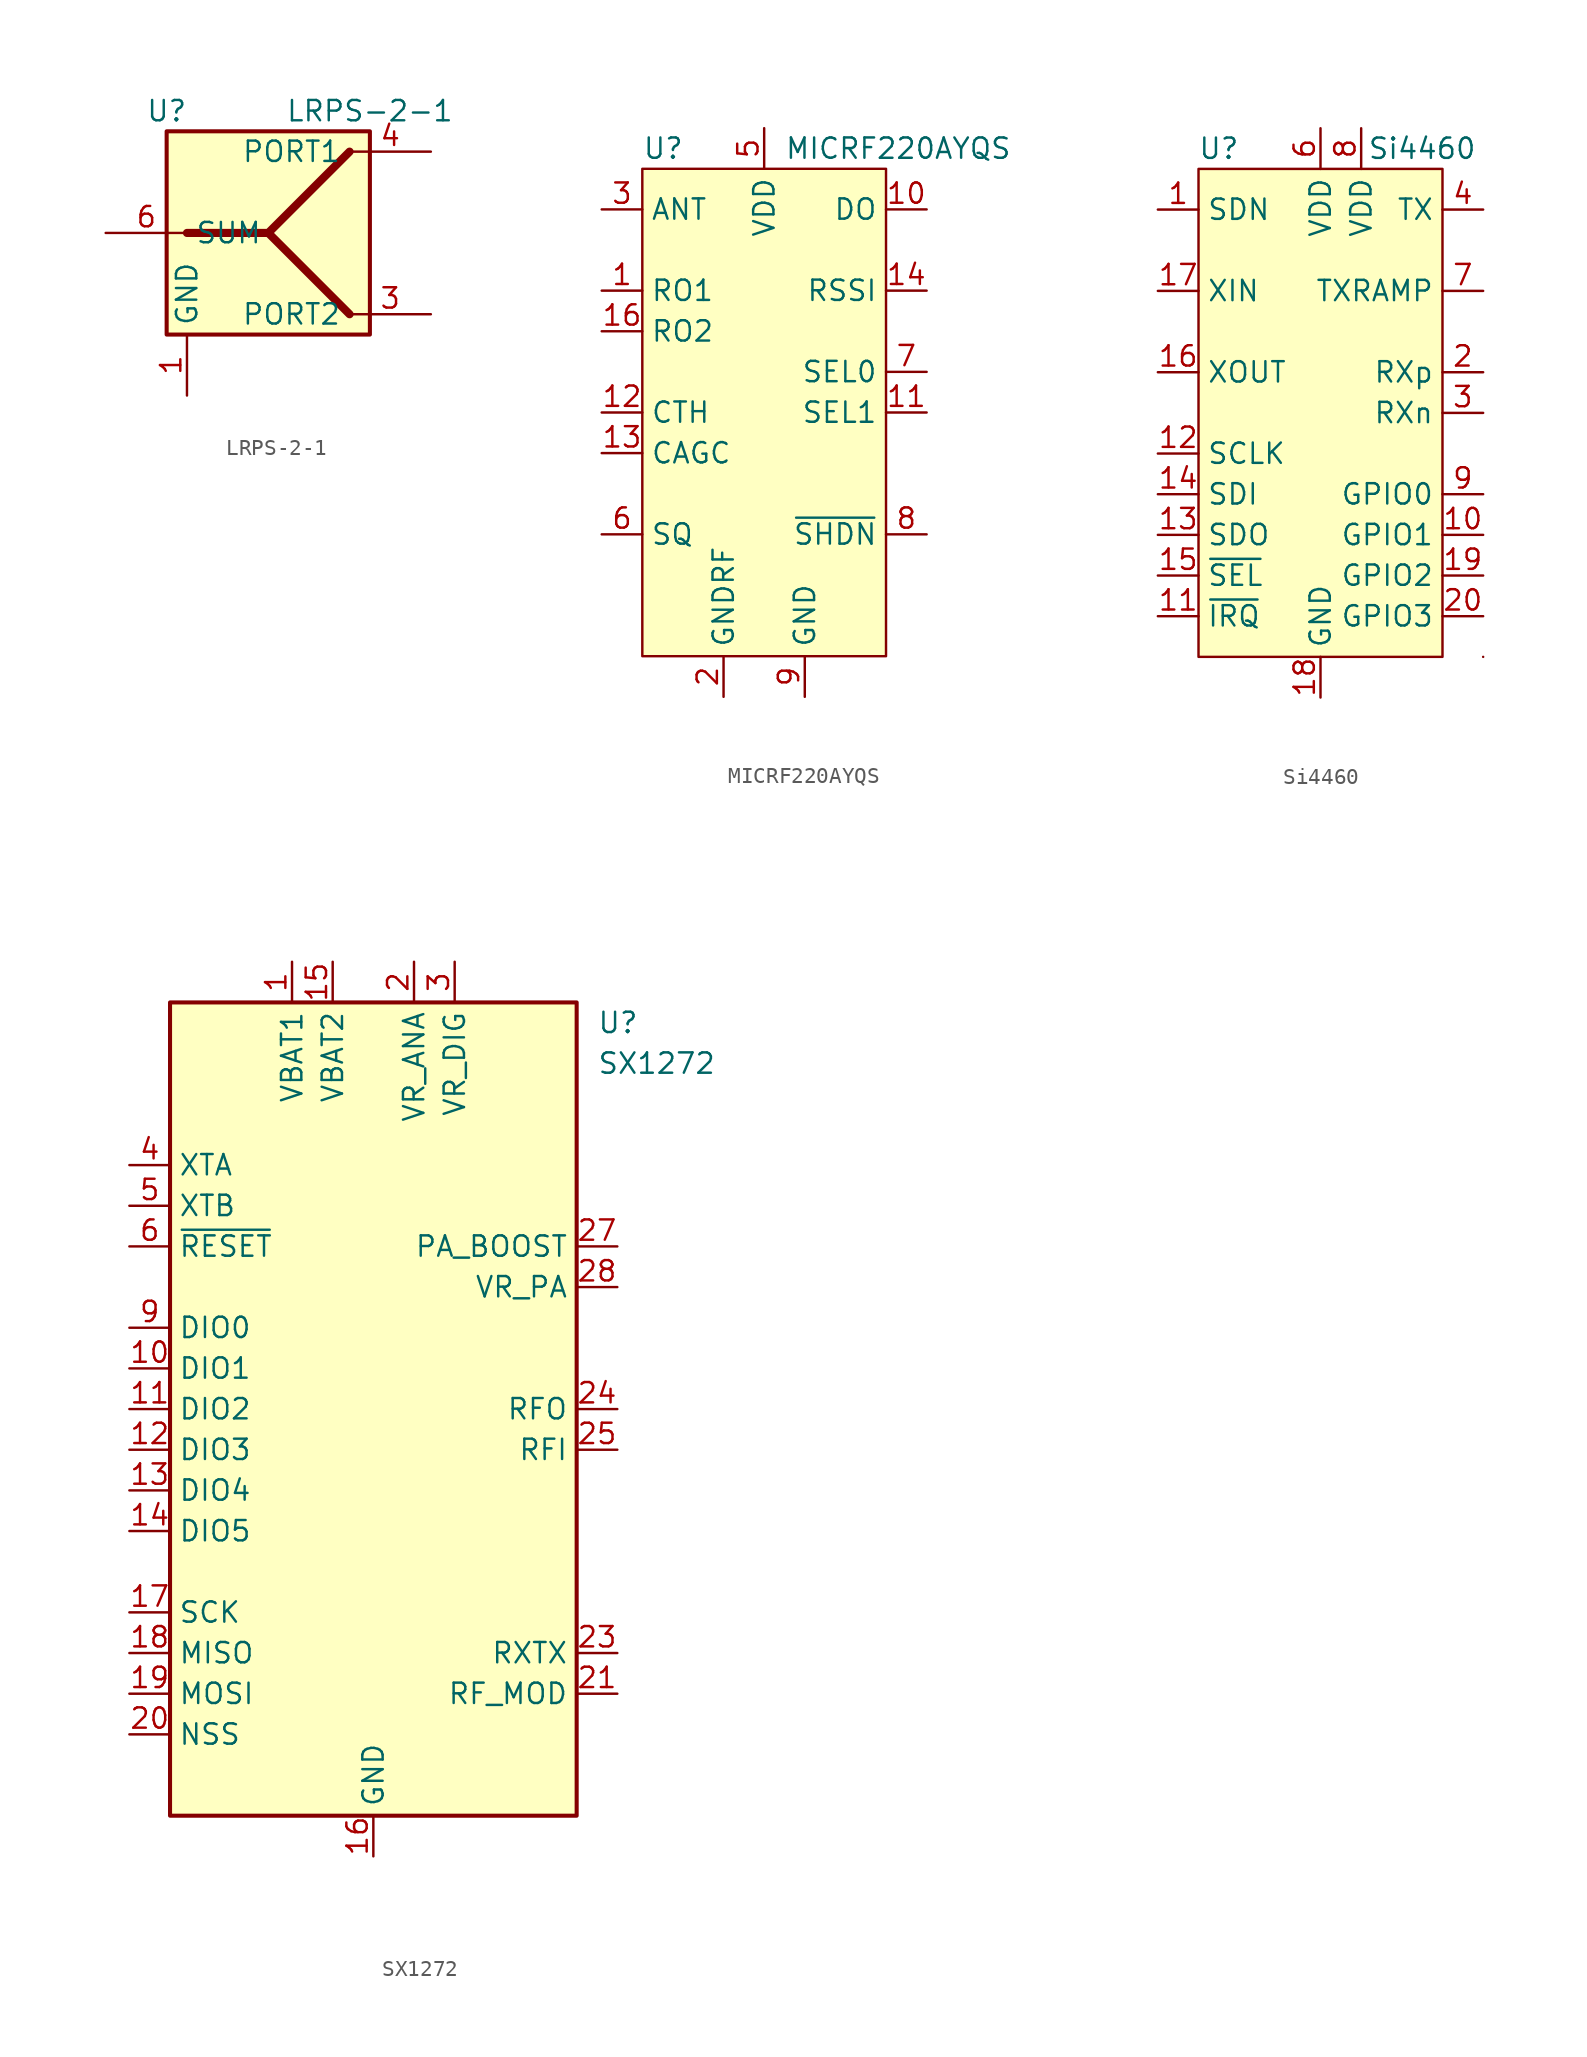
<source format=kicad_sym>
(kicad_symbol_lib
  (version 20200908)
  (generator kicad_symbol_editor)
  (symbol "RF:LRPS-2-1"
    (property "Reference" "U"
      (at -6.35 7.62 0)
      (effects (font (size 1.27 1.27))))
    (property "Value" "LRPS-2-1"
      (at 6.35 7.62 0)
      (effects (font (size 1.27 1.27))))
    (symbol "LRPS-2-1_0_1"
      (rectangle (start -6.35 6.35) (end 6.35 -6.35) (stroke (width 0.254)) (fill (type background)))
      (polyline (pts (xy 0 0) (xy 5.08 -5.08)) (stroke (width 0.508)) (fill (type none)))
      (polyline (pts (xy -5.08 0) (xy 0 0) (xy 5.08 5.08)) (stroke (width 0.508)) (fill (type none))))
    (symbol "LRPS-2-1_1_1"
      (pin passive line (at -5.08 -10.16 90) (length 3.81) (name "GND" (effects (font (size 1.27 1.27)))) (number "1" (effects (font (size 1.27 1.27)))))
      (pin unconnected line (at 5.08 2.54 180) (length 5.08) hide (name "NC" (effects (font (size 1.27 1.27)))) (number "2" (effects (font (size 1.27 1.27)))))
      (pin passive line (at 10.16 -5.08 180) (length 5.08) (name "PORT2" (effects (font (size 1.27 1.27)))) (number "3" (effects (font (size 1.27 1.27)))))
      (pin passive line (at 10.16 5.08 180) (length 5.08) (name "PORT1" (effects (font (size 1.27 1.27)))) (number "4" (effects (font (size 1.27 1.27)))))
      (pin unconnected line (at 5.08 -2.54 180) (length 5.08) hide (name "NC" (effects (font (size 1.27 1.27)))) (number "5" (effects (font (size 1.27 1.27)))))
      (pin passive line (at -10.16 0 0) (length 5.08) (name "SUM" (effects (font (size 1.27 1.27)))) (number "6" (effects (font (size 1.27 1.27)))))))
  (symbol "RF:MICRF220AYQS"
    (property "Reference" "U"
      (at -7.62 16.51 0)
      (effects (font (size 1.27 1.27)) (justify left)))
    (property "Value" "MICRF220AYQS"
      (at 1.27 16.51 0)
      (effects (font (size 1.27 1.27)) (justify left)))
    (symbol "MICRF220AYQS_0_1"
      (polyline (pts (xy -7.62 15.24) (xy 7.62 15.24) (xy 7.62 -15.24) (xy -7.62 -15.24) (xy -7.62 15.24)) (stroke (width 0)) (fill (type background))))
    (symbol "MICRF220AYQS_1_1"
      (pin input line (at -10.16 7.62 0) (length 2.54) (name "RO1" (effects (font (size 1.27 1.27)))) (number "1" (effects (font (size 1.27 1.27)))))
      (pin output line (at 10.16 12.7 180) (length 2.54) (name "DO" (effects (font (size 1.27 1.27)))) (number "10" (effects (font (size 1.27 1.27)))))
      (pin input line (at 10.16 0 180) (length 2.54) (name "SEL1" (effects (font (size 1.27 1.27)))) (number "11" (effects (font (size 1.27 1.27)))))
      (pin input line (at -10.16 0 0) (length 2.54) (name "CTH" (effects (font (size 1.27 1.27)))) (number "12" (effects (font (size 1.27 1.27)))))
      (pin input line (at -10.16 -2.54 0) (length 2.54) (name "CAGC" (effects (font (size 1.27 1.27)))) (number "13" (effects (font (size 1.27 1.27)))))
      (pin output line (at 10.16 7.62 180) (length 2.54) (name "RSSI" (effects (font (size 1.27 1.27)))) (number "14" (effects (font (size 1.27 1.27)))))
      (pin unconnected line (at 7.62 -5.08 180) (length 2.54) hide (name "NC" (effects (font (size 1.27 1.27)))) (number "15" (effects (font (size 1.27 1.27)))))
      (pin output line (at -10.16 5.08 0) (length 2.54) (name "RO2" (effects (font (size 1.27 1.27)))) (number "16" (effects (font (size 1.27 1.27)))))
      (pin power_in line (at -2.54 -17.78 90) (length 2.54) (name "GNDRF" (effects (font (size 1.27 1.27)))) (number "2" (effects (font (size 1.27 1.27)))))
      (pin input line (at -10.16 12.7 0) (length 2.54) (name "ANT" (effects (font (size 1.27 1.27)))) (number "3" (effects (font (size 1.27 1.27)))))
      (pin passive line (at -2.54 -17.78 90) (length 2.54) hide (name "GNDRF" (effects (font (size 1.27 1.27)))) (number "4" (effects (font (size 1.27 1.27)))))
      (pin power_in line (at 0 17.78 270) (length 2.54) (name "VDD" (effects (font (size 1.27 1.27)))) (number "5" (effects (font (size 1.27 1.27)))))
      (pin input line (at -10.16 -7.62 0) (length 2.54) (name "SQ" (effects (font (size 1.27 1.27)))) (number "6" (effects (font (size 1.27 1.27)))))
      (pin input line (at 10.16 2.54 180) (length 2.54) (name "SEL0" (effects (font (size 1.27 1.27)))) (number "7" (effects (font (size 1.27 1.27)))))
      (pin input line (at 10.16 -7.62 180) (length 2.54) (name "~SHDN" (effects (font (size 1.27 1.27)))) (number "8" (effects (font (size 1.27 1.27)))))
      (pin power_in line (at 2.54 -17.78 90) (length 2.54) (name "GND" (effects (font (size 1.27 1.27)))) (number "9" (effects (font (size 1.27 1.27)))))))
  (symbol "RF:Si4460"
    (property "Reference" "U"
      (at -6.35 16.51 0)
      (effects (font (size 1.27 1.27))))
    (property "Value" "Si4460"
      (at 6.35 16.51 0)
      (effects (font (size 1.27 1.27))))
    (symbol "Si4460_0_1"
      (rectangle (start -7.62 15.24) (end 7.62 -15.24) (stroke (width 0)) (fill (type background)))
      (rectangle (start 10.16 -15.24) (end 10.16 -15.24) (stroke (width 0)) (fill (type none))))
    (symbol "Si4460_1_1"
      (pin input line (at -10.16 12.7 0) (length 2.54) (name "SDN" (effects (font (size 1.27 1.27)))) (number "1" (effects (font (size 1.27 1.27)))))
      (pin bidirectional line (at 10.16 -7.62 180) (length 2.54) (name "GPIO1" (effects (font (size 1.27 1.27)))) (number "10" (effects (font (size 1.27 1.27)))))
      (pin open_collector line (at -10.16 -12.7 0) (length 2.54) (name "~IRQ" (effects (font (size 1.27 1.27)))) (number "11" (effects (font (size 1.27 1.27)))))
      (pin input line (at -10.16 -2.54 0) (length 2.54) (name "SCLK" (effects (font (size 1.27 1.27)))) (number "12" (effects (font (size 1.27 1.27)))))
      (pin output line (at -10.16 -7.62 0) (length 2.54) (name "SDO" (effects (font (size 1.27 1.27)))) (number "13" (effects (font (size 1.27 1.27)))))
      (pin input line (at -10.16 -5.08 0) (length 2.54) (name "SDI" (effects (font (size 1.27 1.27)))) (number "14" (effects (font (size 1.27 1.27)))))
      (pin input line (at -10.16 -10.16 0) (length 2.54) (name "~SEL" (effects (font (size 1.27 1.27)))) (number "15" (effects (font (size 1.27 1.27)))))
      (pin passive line (at -10.16 2.54 0) (length 2.54) (name "XOUT" (effects (font (size 1.27 1.27)))) (number "16" (effects (font (size 1.27 1.27)))))
      (pin input line (at -10.16 7.62 0) (length 2.54) (name "XIN" (effects (font (size 1.27 1.27)))) (number "17" (effects (font (size 1.27 1.27)))))
      (pin power_in line (at 0 -17.78 90) (length 2.54) (name "GND" (effects (font (size 1.27 1.27)))) (number "18" (effects (font (size 1.27 1.27)))))
      (pin bidirectional line (at 10.16 -10.16 180) (length 2.54) (name "GPIO2" (effects (font (size 1.27 1.27)))) (number "19" (effects (font (size 1.27 1.27)))))
      (pin input line (at 10.16 2.54 180) (length 2.54) (name "RXp" (effects (font (size 1.27 1.27)))) (number "2" (effects (font (size 1.27 1.27)))))
      (pin bidirectional line (at 10.16 -12.7 180) (length 2.54) (name "GPIO3" (effects (font (size 1.27 1.27)))) (number "20" (effects (font (size 1.27 1.27)))))
      (pin power_in line (at 0 -17.78 90) (length 2.54) hide (name "GND" (effects (font (size 1.27 1.27)))) (number "21" (effects (font (size 1.27 1.27)))))
      (pin input line (at 10.16 0 180) (length 2.54) (name "RXn" (effects (font (size 1.27 1.27)))) (number "3" (effects (font (size 1.27 1.27)))))
      (pin output line (at 10.16 12.7 180) (length 2.54) (name "TX" (effects (font (size 1.27 1.27)))) (number "4" (effects (font (size 1.27 1.27)))))
      (pin unconnected line (at 7.62 -15.24 180) (length 2.54) hide (name "NC" (effects (font (size 1.27 1.27)))) (number "5" (effects (font (size 1.27 1.27)))))
      (pin power_in line (at 0 17.78 270) (length 2.54) (name "VDD" (effects (font (size 1.27 1.27)))) (number "6" (effects (font (size 1.27 1.27)))))
      (pin output line (at 10.16 7.62 180) (length 2.54) (name "TXRAMP" (effects (font (size 1.27 1.27)))) (number "7" (effects (font (size 1.27 1.27)))))
      (pin power_in line (at 2.54 17.78 270) (length 2.54) (name "VDD" (effects (font (size 1.27 1.27)))) (number "8" (effects (font (size 1.27 1.27)))))
      (pin bidirectional line (at 10.16 -5.08 180) (length 2.54) (name "GPIO0" (effects (font (size 1.27 1.27)))) (number "9" (effects (font (size 1.27 1.27)))))))
  (symbol "RF:SX1272"
    (property "Reference" "U"
      (at 13.97 24.13 0)
      (effects (font (size 1.27 1.27)) (justify left)))
    (property "Value" "SX1272"
      (at 13.97 21.59 0)
      (effects (font (size 1.27 1.27)) (justify left)))
    (symbol "SX1272_0_1"
      (rectangle (start -12.7 25.4) (end 12.7 -25.4) (stroke (width 0.254)) (fill (type background))))
    (symbol "SX1272_1_1"
      (pin power_in line (at -5.08 27.94 270) (length 2.54) (name "VBAT1" (effects (font (size 1.27 1.27)))) (number "1" (effects (font (size 1.27 1.27)))))
      (pin bidirectional line (at -15.24 2.54 0) (length 2.54) (name "DIO1" (effects (font (size 1.27 1.27)))) (number "10" (effects (font (size 1.27 1.27)))))
      (pin bidirectional line (at -15.24 0 0) (length 2.54) (name "DIO2" (effects (font (size 1.27 1.27)))) (number "11" (effects (font (size 1.27 1.27)))))
      (pin bidirectional line (at -15.24 -2.54 0) (length 2.54) (name "DIO3" (effects (font (size 1.27 1.27)))) (number "12" (effects (font (size 1.27 1.27)))))
      (pin bidirectional line (at -15.24 -5.08 0) (length 2.54) (name "DIO4" (effects (font (size 1.27 1.27)))) (number "13" (effects (font (size 1.27 1.27)))))
      (pin bidirectional line (at -15.24 -7.62 0) (length 2.54) (name "DIO5" (effects (font (size 1.27 1.27)))) (number "14" (effects (font (size 1.27 1.27)))))
      (pin power_in line (at -2.54 27.94 270) (length 2.54) (name "VBAT2" (effects (font (size 1.27 1.27)))) (number "15" (effects (font (size 1.27 1.27)))))
      (pin power_in line (at 0 -27.94 90) (length 2.54) (name "GND" (effects (font (size 1.27 1.27)))) (number "16" (effects (font (size 1.27 1.27)))))
      (pin input line (at -15.24 -12.7 0) (length 2.54) (name "SCK" (effects (font (size 1.27 1.27)))) (number "17" (effects (font (size 1.27 1.27)))))
      (pin output line (at -15.24 -15.24 0) (length 2.54) (name "MISO" (effects (font (size 1.27 1.27)))) (number "18" (effects (font (size 1.27 1.27)))))
      (pin input line (at -15.24 -17.78 0) (length 2.54) (name "MOSI" (effects (font (size 1.27 1.27)))) (number "19" (effects (font (size 1.27 1.27)))))
      (pin power_in line (at 2.54 27.94 270) (length 2.54) (name "VR_ANA" (effects (font (size 1.27 1.27)))) (number "2" (effects (font (size 1.27 1.27)))))
      (pin input line (at -15.24 -20.32 0) (length 2.54) (name "NSS" (effects (font (size 1.27 1.27)))) (number "20" (effects (font (size 1.27 1.27)))))
      (pin output line (at 15.24 -17.78 180) (length 2.54) (name "RF_MOD" (effects (font (size 1.27 1.27)))) (number "21" (effects (font (size 1.27 1.27)))))
      (pin passive line (at 0 -27.94 90) (length 2.54) hide (name "GND" (effects (font (size 1.27 1.27)))) (number "22" (effects (font (size 1.27 1.27)))))
      (pin output line (at 15.24 -15.24 180) (length 2.54) (name "RXTX" (effects (font (size 1.27 1.27)))) (number "23" (effects (font (size 1.27 1.27)))))
      (pin output line (at 15.24 0 180) (length 2.54) (name "RFO" (effects (font (size 1.27 1.27)))) (number "24" (effects (font (size 1.27 1.27)))))
      (pin input line (at 15.24 -2.54 180) (length 2.54) (name "RFI" (effects (font (size 1.27 1.27)))) (number "25" (effects (font (size 1.27 1.27)))))
      (pin passive line (at 0 -27.94 90) (length 2.54) hide (name "GND" (effects (font (size 1.27 1.27)))) (number "26" (effects (font (size 1.27 1.27)))))
      (pin power_out line (at 15.24 10.16 180) (length 2.54) (name "PA_BOOST" (effects (font (size 1.27 1.27)))) (number "27" (effects (font (size 1.27 1.27)))))
      (pin power_out line (at 15.24 7.62 180) (length 2.54) (name "VR_PA" (effects (font (size 1.27 1.27)))) (number "28" (effects (font (size 1.27 1.27)))))
      (pin passive line (at 0 -27.94 90) (length 2.54) hide (name "GND" (effects (font (size 1.27 1.27)))) (number "29" (effects (font (size 1.27 1.27)))))
      (pin power_in line (at 5.08 27.94 270) (length 2.54) (name "VR_DIG" (effects (font (size 1.27 1.27)))) (number "3" (effects (font (size 1.27 1.27)))))
      (pin bidirectional line (at -15.24 15.24 0) (length 2.54) (name "XTA" (effects (font (size 1.27 1.27)))) (number "4" (effects (font (size 1.27 1.27)))))
      (pin bidirectional line (at -15.24 12.7 0) (length 2.54) (name "XTB" (effects (font (size 1.27 1.27)))) (number "5" (effects (font (size 1.27 1.27)))))
      (pin input line (at -15.24 10.16 0) (length 2.54) (name "~RESET" (effects (font (size 1.27 1.27)))) (number "6" (effects (font (size 1.27 1.27)))))
      (pin unconnected line (at 12.7 -7.62 180) (length 2.54) hide (name "NC" (effects (font (size 1.27 1.27)))) (number "7" (effects (font (size 1.27 1.27)))))
      (pin unconnected line (at 12.7 -5.08 180) (length 2.54) hide (name "NC" (effects (font (size 1.27 1.27)))) (number "8" (effects (font (size 1.27 1.27)))))
      (pin bidirectional line (at -15.24 5.08 0) (length 2.54) (name "DIO0" (effects (font (size 1.27 1.27)))) (number "9" (effects (font (size 1.27 1.27))))))))
</source>
